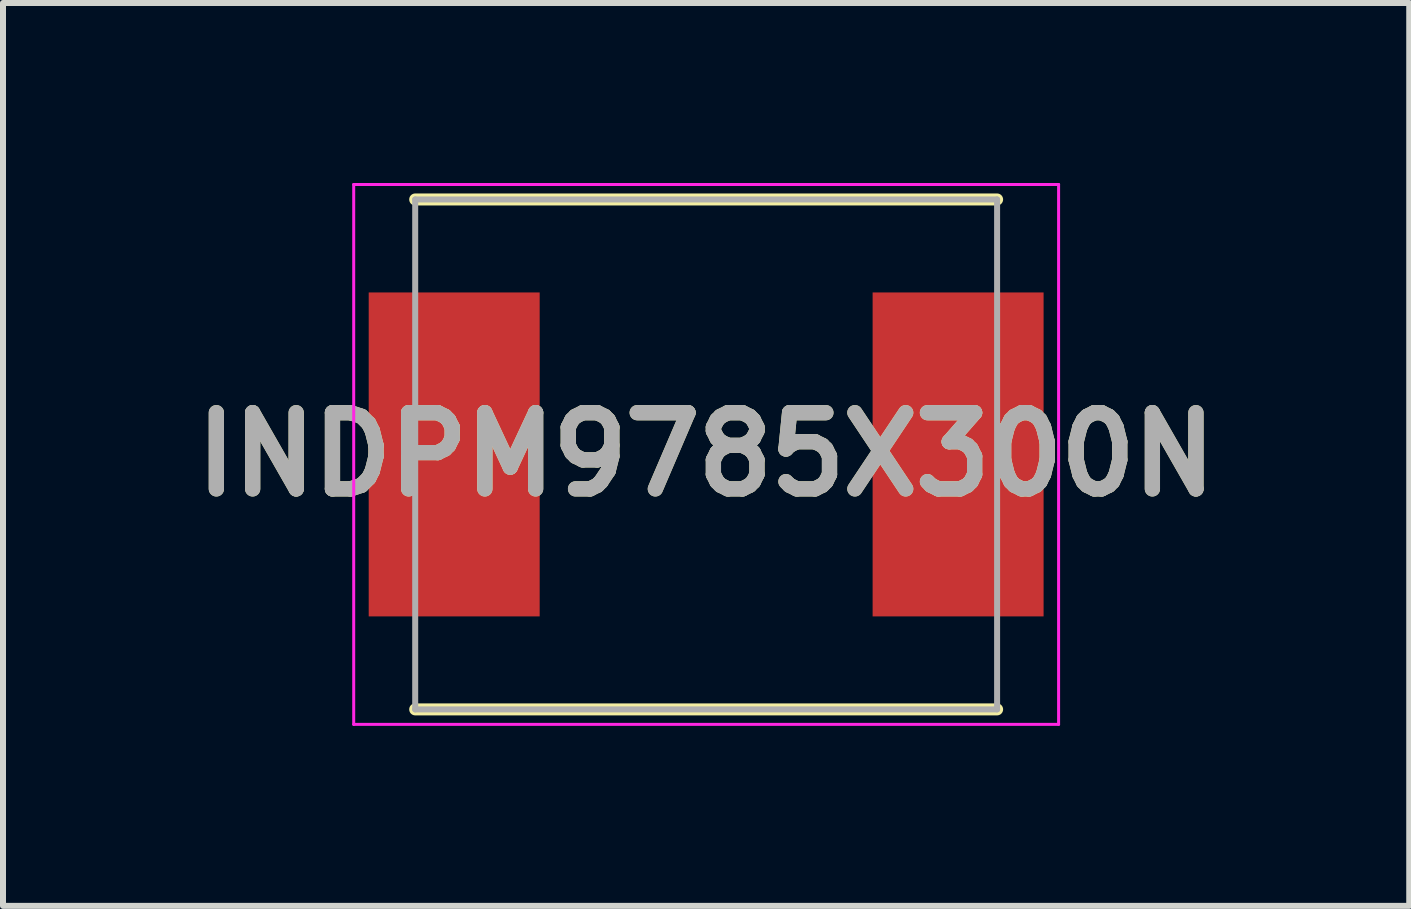
<source format=kicad_pcb>
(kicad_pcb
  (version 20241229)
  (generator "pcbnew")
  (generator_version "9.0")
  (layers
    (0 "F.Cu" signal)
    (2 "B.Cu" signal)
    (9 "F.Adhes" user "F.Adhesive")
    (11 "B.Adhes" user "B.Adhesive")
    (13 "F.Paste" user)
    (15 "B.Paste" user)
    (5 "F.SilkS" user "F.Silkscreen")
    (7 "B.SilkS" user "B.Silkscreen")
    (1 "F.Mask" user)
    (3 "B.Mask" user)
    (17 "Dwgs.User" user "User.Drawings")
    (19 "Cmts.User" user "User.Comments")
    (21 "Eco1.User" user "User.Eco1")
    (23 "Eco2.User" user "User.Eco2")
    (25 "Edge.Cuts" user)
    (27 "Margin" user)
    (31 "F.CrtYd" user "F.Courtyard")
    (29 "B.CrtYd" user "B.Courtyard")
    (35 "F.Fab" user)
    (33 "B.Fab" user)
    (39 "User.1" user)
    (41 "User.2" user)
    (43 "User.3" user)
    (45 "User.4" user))
  (footprint "INDPM9785X300N"
    (layer "F.Cu")
    (at 8.721 4.525)
    (property "Reference" "INDPM9785X300N" (at 0 0 0) (layer "F.SilkS") (effects (font (size 1.27 1.27) (thickness 0.254))))
    (attr smd)
    (fp_line (start -4.85 4.25) (end 4.85 4.25) (stroke (width 0.2) (type solid)) (layer "F.SilkS"))
    (fp_line (start 4.85 -4.25) (end -4.85 -4.25) (stroke (width 0.2) (type solid)) (layer "F.SilkS"))
    (fp_line (start -5.875 -4.5) (end 5.875 -4.5) (stroke (width 0.05) (type solid)) (layer "F.CrtYd"))
    (fp_line (start -5.875 4.5) (end -5.875 -4.5) (stroke (width 0.05) (type solid)) (layer "F.CrtYd"))
    (fp_line (start 5.875 -4.5) (end 5.875 4.5) (stroke (width 0.05) (type solid)) (layer "F.CrtYd"))
    (fp_line (start 5.875 4.5) (end -5.875 4.5) (stroke (width 0.05) (type solid)) (layer "F.CrtYd"))
    (fp_line (start -4.85 -4.25) (end 4.85 -4.25) (stroke (width 0.1) (type solid)) (layer "F.Fab"))
    (fp_line (start -4.85 4.25) (end -4.85 -4.25) (stroke (width 0.1) (type solid)) (layer "F.Fab"))
    (fp_line (start 4.85 -4.25) (end 4.85 4.25) (stroke (width 0.1) (type solid)) (layer "F.Fab"))
    (fp_line (start 4.85 4.25) (end -4.85 4.25) (stroke (width 0.1) (type solid)) (layer "F.Fab"))
    (fp_text user "${REFERENCE}" (at 0 0 0) (layer "F.Fab") (effects (font (size 1.27 1.27) (thickness 0.254))))
    (pad "1" smd rect (at -4.2 0) (size 2.85 5.4) (layers "F.Cu" "F.Mask" "F.Paste"))
    (pad "2" smd rect (at 4.2 0) (size 2.85 5.4) (layers "F.Cu" "F.Mask" "F.Paste")))
  (gr_rect
    (start -3 -3)
    (end 20.441 12.05)
    (stroke (width 0.1) (type default))
    (fill no)
    (layer "Edge.Cuts")))
</source>
